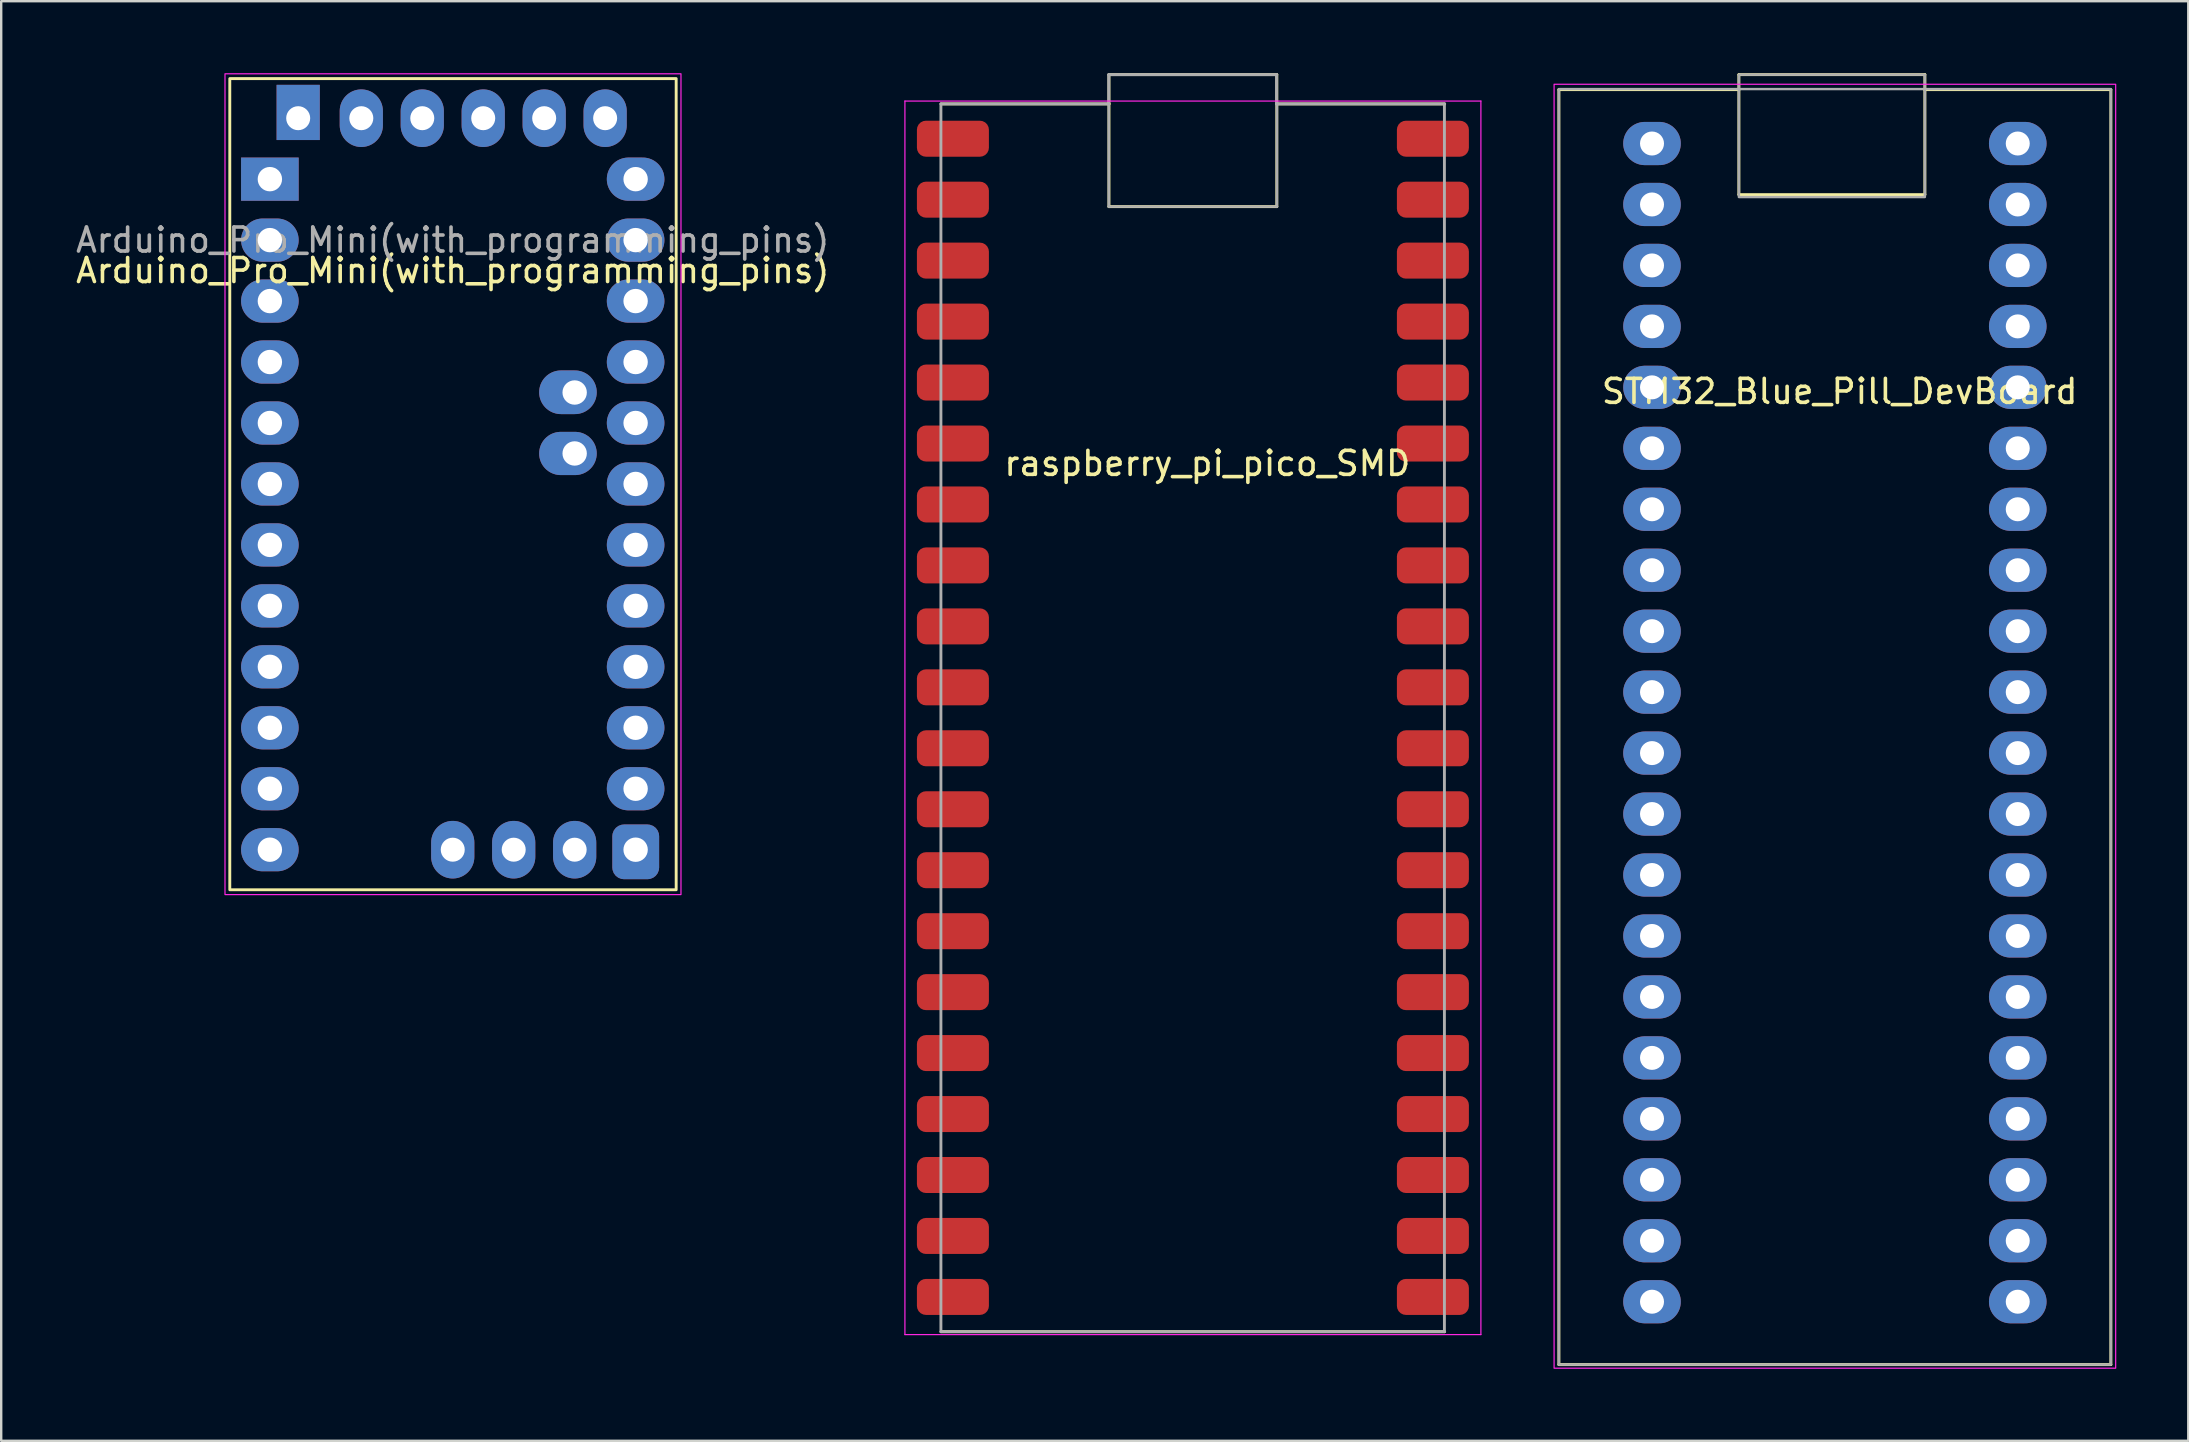
<source format=kicad_pcb>
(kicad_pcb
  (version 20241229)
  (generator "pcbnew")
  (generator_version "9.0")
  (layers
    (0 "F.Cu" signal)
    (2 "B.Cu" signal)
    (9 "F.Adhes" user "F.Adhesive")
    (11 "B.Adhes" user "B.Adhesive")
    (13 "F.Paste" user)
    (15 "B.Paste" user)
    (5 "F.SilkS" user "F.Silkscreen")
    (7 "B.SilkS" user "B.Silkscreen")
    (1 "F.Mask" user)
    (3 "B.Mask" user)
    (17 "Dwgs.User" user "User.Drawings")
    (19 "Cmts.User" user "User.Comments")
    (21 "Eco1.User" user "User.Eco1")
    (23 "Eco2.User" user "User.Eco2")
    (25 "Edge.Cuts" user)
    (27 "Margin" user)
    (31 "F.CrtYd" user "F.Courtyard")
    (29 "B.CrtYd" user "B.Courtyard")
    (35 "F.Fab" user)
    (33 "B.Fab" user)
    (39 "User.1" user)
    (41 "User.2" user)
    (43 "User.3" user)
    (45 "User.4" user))
  (footprint "raspberry_pi_pico_SMD"
    (layer "F.Cu")
    (at 46.656 26.86)
    (property "Reference" "raspberry_pi_pico_SMD" (at 0.6 -10.6 180) (layer "F.SilkS") (effects (font (size 1 1) (thickness 0.15))))
    (attr smd)
    (fp_line (start -10.49 25.58) (end 10.49 25.58) (stroke (width 0.12) (type solid)) (layer "F.SilkS"))
    (fp_line (start -3.497 -26.8) (end -3.497 -25.58) (stroke (width 0.12) (type solid)) (layer "F.SilkS"))
    (fp_line (start -3.497 -25.58) (end -10.49 -25.58) (stroke (width 0.12) (type solid)) (layer "F.SilkS"))
    (fp_line (start -3.497 -25.58) (end -3.497 -21.3) (stroke (width 0.12) (type solid)) (layer "F.SilkS"))
    (fp_line (start -3.497 -21.3) (end 3.497 -21.3) (stroke (width 0.12) (type solid)) (layer "F.SilkS"))
    (fp_line (start 3.497 -26.8) (end -3.497 -26.8) (stroke (width 0.12) (type solid)) (layer "F.SilkS"))
    (fp_line (start 3.497 -25.58) (end 3.497 -26.8) (stroke (width 0.12) (type solid)) (layer "F.SilkS"))
    (fp_line (start 3.497 -21.3) (end 3.497 -25.58) (stroke (width 0.12) (type solid)) (layer "F.SilkS"))
    (fp_line (start 10.49 -25.58) (end 3.497 -25.58) (stroke (width 0.12) (type solid)) (layer "F.SilkS"))
    (fp_line (start -12 -25.7) (end 12 -25.7) (stroke (width 0.05) (type solid)) (layer "F.CrtYd"))
    (fp_line (start -12 25.7) (end -12 -25.7) (stroke (width 0.05) (type solid)) (layer "F.CrtYd"))
    (fp_line (start 12 -25.7) (end 12 25.7) (stroke (width 0.05) (type solid)) (layer "F.CrtYd"))
    (fp_line (start 12 25.7) (end -12 25.7) (stroke (width 0.05) (type solid)) (layer "F.CrtYd"))
    (fp_line (start -10.5 25.58) (end 10.48 25.58) (stroke (width 0.12) (type solid)) (layer "F.Fab"))
    (fp_line (start -10.5 -25.58) (end -10.5 25.58) (stroke (width 0.12) (type solid)) (layer "F.Fab"))
    (fp_line (start -3.507 -26.8) (end -3.507 -25.58) (stroke (width 0.12) (type solid)) (layer "F.Fab"))
    (fp_line (start -3.507 -25.58) (end -10.5 -25.58) (stroke (width 0.12) (type solid)) (layer "F.Fab"))
    (fp_line (start -3.507 -25.58) (end -3.507 -21.3) (stroke (width 0.1) (type solid)) (layer "F.Fab"))
    (fp_line (start -3.507 -21.3) (end 3.5 -21.3) (stroke (width 0.1) (type solid)) (layer "F.Fab"))
    (fp_line (start 3.487 -26.8) (end -3.507 -26.8) (stroke (width 0.12) (type solid)) (layer "F.Fab"))
    (fp_line (start 3.487 -25.58) (end 3.487 -26.8) (stroke (width 0.12) (type solid)) (layer "F.Fab"))
    (fp_line (start 3.5 -21.3) (end 3.5 -25.58) (stroke (width 0.1) (type solid)) (layer "F.Fab"))
    (fp_line (start 10.48 25.58) (end 10.48 -25.58) (stroke (width 0.12) (type solid)) (layer "F.Fab"))
    (fp_line (start 10.48 -25.58) (end 3.487 -25.58) (stroke (width 0.12) (type solid)) (layer "F.Fab"))
    (pad "1" smd roundrect (at -10 -24.13 270) (size 1.5 3) (layers "F.Cu" "F.Mask" "F.Paste") (roundrect_rratio 0.25))
    (pad "2" smd roundrect (at -10 -21.59 270) (size 1.5 3) (layers "F.Cu" "F.Mask" "F.Paste") (roundrect_rratio 0.25))
    (pad "3" smd roundrect (at -10 -19.05 270) (size 1.5 3) (layers "F.Cu" "F.Mask" "F.Paste") (roundrect_rratio 0.25))
    (pad "4" smd roundrect (at -10 -16.51 270) (size 1.5 3) (layers "F.Cu" "F.Mask" "F.Paste") (roundrect_rratio 0.25))
    (pad "5" smd roundrect (at -10 -13.97 270) (size 1.5 3) (layers "F.Cu" "F.Mask" "F.Paste") (roundrect_rratio 0.25))
    (pad "6" smd roundrect (at -10 -11.43 270) (size 1.5 3) (layers "F.Cu" "F.Mask" "F.Paste") (roundrect_rratio 0.25))
    (pad "7" smd roundrect (at -10 -8.89 270) (size 1.5 3) (layers "F.Cu" "F.Mask" "F.Paste") (roundrect_rratio 0.25))
    (pad "8" smd roundrect (at -10 -6.35 270) (size 1.5 3) (layers "F.Cu" "F.Mask" "F.Paste") (roundrect_rratio 0.25))
    (pad "9" smd roundrect (at -10 -3.81 270) (size 1.5 3) (layers "F.Cu" "F.Mask" "F.Paste") (roundrect_rratio 0.25))
    (pad "10" smd roundrect (at -10 -1.27 270) (size 1.5 3) (layers "F.Cu" "F.Mask" "F.Paste") (roundrect_rratio 0.25))
    (pad "11" smd roundrect (at -10 1.27 270) (size 1.5 3) (layers "F.Cu" "F.Mask" "F.Paste") (roundrect_rratio 0.25))
    (pad "12" smd roundrect (at -10 3.81 270) (size 1.5 3) (layers "F.Cu" "F.Mask" "F.Paste") (roundrect_rratio 0.25))
    (pad "13" smd roundrect (at -10 6.35 270) (size 1.5 3) (layers "F.Cu" "F.Mask" "F.Paste") (roundrect_rratio 0.25))
    (pad "14" smd roundrect (at -10 8.89 270) (size 1.5 3) (layers "F.Cu" "F.Mask" "F.Paste") (roundrect_rratio 0.25))
    (pad "15" smd roundrect (at -10 11.43 270) (size 1.5 3) (layers "F.Cu" "F.Mask" "F.Paste") (roundrect_rratio 0.25))
    (pad "16" smd roundrect (at -10 13.97 270) (size 1.5 3) (layers "F.Cu" "F.Mask" "F.Paste") (roundrect_rratio 0.25))
    (pad "17" smd roundrect (at -10 16.51 270) (size 1.5 3) (layers "F.Cu" "F.Mask" "F.Paste") (roundrect_rratio 0.25))
    (pad "18" smd roundrect (at -10 19.05 270) (size 1.5 3) (layers "F.Cu" "F.Mask" "F.Paste") (roundrect_rratio 0.25))
    (pad "19" smd roundrect (at -10 21.59 270) (size 1.5 3) (layers "F.Cu" "F.Mask" "F.Paste") (roundrect_rratio 0.25))
    (pad "20" smd roundrect (at -10 24.13 270) (size 1.5 3) (layers "F.Cu" "F.Mask" "F.Paste") (roundrect_rratio 0.25))
    (pad "21" smd roundrect (at 10 24.13 270) (size 1.5 3) (layers "F.Cu" "F.Mask" "F.Paste") (roundrect_rratio 0.25))
    (pad "22" smd roundrect (at 10 21.59 270) (size 1.5 3) (layers "F.Cu" "F.Mask" "F.Paste") (roundrect_rratio 0.25))
    (pad "23" smd roundrect (at 10 19.05 270) (size 1.5 3) (layers "F.Cu" "F.Mask" "F.Paste") (roundrect_rratio 0.25))
    (pad "24" smd roundrect (at 10 16.51 270) (size 1.5 3) (layers "F.Cu" "F.Mask" "F.Paste") (roundrect_rratio 0.25))
    (pad "25" smd roundrect (at 10 13.97 270) (size 1.5 3) (layers "F.Cu" "F.Mask" "F.Paste") (roundrect_rratio 0.25))
    (pad "26" smd roundrect (at 10 11.43 270) (size 1.5 3) (layers "F.Cu" "F.Mask" "F.Paste") (roundrect_rratio 0.25))
    (pad "27" smd roundrect (at 10 8.89 270) (size 1.5 3) (layers "F.Cu" "F.Mask" "F.Paste") (roundrect_rratio 0.25))
    (pad "28" smd roundrect (at 10 6.35 270) (size 1.5 3) (layers "F.Cu" "F.Mask" "F.Paste") (roundrect_rratio 0.25))
    (pad "29" smd roundrect (at 10 3.81 270) (size 1.5 3) (layers "F.Cu" "F.Mask" "F.Paste") (roundrect_rratio 0.25))
    (pad "30" smd roundrect (at 10 1.27 270) (size 1.5 3) (layers "F.Cu" "F.Mask" "F.Paste") (roundrect_rratio 0.25))
    (pad "31" smd roundrect (at 10 -1.27 270) (size 1.5 3) (layers "F.Cu" "F.Mask" "F.Paste") (roundrect_rratio 0.25))
    (pad "32" smd roundrect (at 10 -3.81 270) (size 1.5 3) (layers "F.Cu" "F.Mask" "F.Paste") (roundrect_rratio 0.25))
    (pad "33" smd roundrect (at 10 -6.35 270) (size 1.5 3) (layers "F.Cu" "F.Mask" "F.Paste") (roundrect_rratio 0.25))
    (pad "34" smd roundrect (at 10 -8.89 270) (size 1.5 3) (layers "F.Cu" "F.Mask" "F.Paste") (roundrect_rratio 0.25))
    (pad "35" smd roundrect (at 10 -11.43 270) (size 1.5 3) (layers "F.Cu" "F.Mask" "F.Paste") (roundrect_rratio 0.25))
    (pad "36" smd roundrect (at 10 -13.97 270) (size 1.5 3) (layers "F.Cu" "F.Mask" "F.Paste") (roundrect_rratio 0.25))
    (pad "37" smd roundrect (at 10 -16.51 270) (size 1.5 3) (layers "F.Cu" "F.Mask" "F.Paste") (roundrect_rratio 0.25))
    (pad "38" smd roundrect (at 10 -19.05 270) (size 1.5 3) (layers "F.Cu" "F.Mask" "F.Paste") (roundrect_rratio 0.25))
    (pad "39" smd roundrect (at 10 -21.59 270) (size 1.5 3) (layers "F.Cu" "F.Mask" "F.Paste") (roundrect_rratio 0.25))
    (pad "40" smd roundrect (at 10 -24.13 270) (size 1.5 3) (layers "F.Cu" "F.Mask" "F.Paste") (roundrect_rratio 0.25)))
  (footprint "Arduino_Pro_Mini(with_programming_pins)"
    (layer "F.Cu")
    (at 8.195 4.415)
    (property "Reference" "Arduino_Pro_Mini(with_programming_pins)" (at 7.62 3.81 0) (unlocked yes) (layer "F.SilkS") (effects (font (size 1 1) (thickness 0.15))))
    (attr through_hole)
    (fp_rect (start -1.67 -4.19) (end 16.93 29.61) (stroke (width 0.12) (type solid)) (fill no) (layer "F.SilkS"))
    (fp_rect (start -1.27 -3.81) (end 16.51 29.21) (stroke (width 0.12) (type solid)) (fill no) (layer "F.Paste"))
    (fp_rect (start -1.87 -4.39) (end 17.13 29.81) (stroke (width 0.05) (type solid)) (fill no) (layer "F.CrtYd"))
    (fp_text user "${REFERENCE}" (at 7.62 2.54 0) (unlocked yes) (layer "F.Fab") (effects (font (size 1 1) (thickness 0.15))))
    (pad "1" thru_hole rect (at 0 0) (size 2.4 1.8) (drill 1.016) (layers "*.Cu" "*.Mask"))
    (pad "1" thru_hole oval (at 3.81 -2.54) (size 1.8 2.4) (drill 1) (layers "*.Cu" "*.Mask"))
    (pad "2" thru_hole oval (at 0 2.54) (size 2.4 1.8) (drill 1.016) (layers "*.Cu" "*.Mask"))
    (pad "2" thru_hole oval (at 6.35 -2.54) (size 1.8 2.4) (drill 1) (layers "*.Cu" "*.Mask"))
    (pad "3" thru_hole oval (at 0 5.08) (size 2.4 1.8) (drill 1.016) (layers "*.Cu" "*.Mask"))
    (pad "3" thru_hole oval (at 15.24 5.08) (size 2.4 1.8) (drill 1.016) (layers "*.Cu" "*.Mask"))
    (pad "4" thru_hole oval (at 0 7.62) (size 2.4 1.8) (drill 1.016) (layers "*.Cu" "*.Mask"))
    (pad "5" thru_hole oval (at 0 10.16) (size 2.4 1.8) (drill 1.016) (layers "*.Cu" "*.Mask"))
    (pad "6" thru_hole oval (at 0 12.7) (size 2.4 1.8) (drill 1.016) (layers "*.Cu" "*.Mask"))
    (pad "7" thru_hole oval (at 0 15.24) (size 2.4 1.8) (drill 1.016) (layers "*.Cu" "*.Mask"))
    (pad "8" thru_hole oval (at 0 17.78) (size 2.4 1.8) (drill 1.016) (layers "*.Cu" "*.Mask"))
    (pad "9" thru_hole oval (at 0 20.32) (size 2.4 1.8) (drill 1.016) (layers "*.Cu" "*.Mask"))
    (pad "10" thru_hole oval (at 0 22.86) (size 2.4 1.8) (drill 1.016) (layers "*.Cu" "*.Mask"))
    (pad "11" thru_hole oval (at 0 25.4) (size 2.4 1.8) (drill 1.016) (layers "*.Cu" "*.Mask"))
    (pad "12" thru_hole oval (at 0 27.94) (size 2.4 1.8) (drill 1.016) (layers "*.Cu" "*.Mask"))
    (pad "13" thru_hole oval (at 7.62 27.94) (size 1.8 2.4) (drill 1) (layers "*.Cu" "*.Mask"))
    (pad "14" thru_hole oval (at 10.16 27.94) (size 1.8 2.4) (drill 1) (layers "*.Cu" "*.Mask"))
    (pad "15" thru_hole oval (at 12.7 27.94) (size 1.8 2.4) (drill 1) (layers "*.Cu" "*.Mask"))
    (pad "16" thru_hole roundrect (at 15.24 27.94) (size 1.95 2.28) (drill 1.016 (offset 0.005 0.09)) (layers "*.Cu" "*.Mask") (roundrect_rratio 0.25))
    (pad "17" thru_hole oval (at 15.24 25.4) (size 2.4 1.8) (drill 1.016) (layers "*.Cu" "*.Mask"))
    (pad "18" thru_hole oval (at 15.24 22.86) (size 2.4 1.8) (drill 1.016) (layers "*.Cu" "*.Mask"))
    (pad "19" thru_hole oval (at 15.24 20.32) (size 2.4 1.8) (drill 1.016) (layers "*.Cu" "*.Mask"))
    (pad "20" thru_hole oval (at 15.24 17.78) (size 2.4 1.8) (drill 1.016) (layers "*.Cu" "*.Mask"))
    (pad "21" thru_hole oval (at 15.24 15.24) (size 2.4 1.8) (drill 1.016) (layers "*.Cu" "*.Mask"))
    (pad "22" thru_hole oval (at 15.24 12.7) (size 2.4 1.8) (drill 1.016) (layers "*.Cu" "*.Mask"))
    (pad "23" thru_hole oval (at 15.24 10.16) (size 2.4 1.8) (drill 1.016) (layers "*.Cu" "*.Mask"))
    (pad "24" thru_hole oval (at 15.24 7.62) (size 2.4 1.8) (drill 1.016) (layers "*.Cu" "*.Mask"))
    (pad "26" thru_hole oval (at 15.24 2.54) (size 2.4 1.8) (drill 1.016) (layers "*.Cu" "*.Mask"))
    (pad "27" thru_hole oval (at 15.24 0) (size 2.4 1.8) (drill 1.016) (layers "*.Cu" "*.Mask"))
    (pad "28" thru_hole oval (at 13.97 -2.54) (size 1.8 2.4) (drill 1) (layers "*.Cu" "*.Mask"))
    (pad "29" thru_hole oval (at 11.43 -2.54) (size 1.8 2.4) (drill 1) (layers "*.Cu" "*.Mask"))
    (pad "30" thru_hole oval (at 8.89 -2.54) (size 1.8 2.4) (drill 1) (layers "*.Cu" "*.Mask"))
    (pad "31" thru_hole rect (at 1.18 -2.54) (size 1.8 2.3) (drill 1 (offset 0 -0.24)) (layers "*.Cu" "*.Mask"))
    (pad "32" thru_hole oval (at 12.7 8.89) (size 2.4 1.82) (drill 1.016 (offset -0.28 -0.01)) (layers "*.Cu" "*.Mask"))
    (pad "33" thru_hole oval (at 12.7 11.43) (size 2.4 1.8) (drill 1.016 (offset -0.28 0)) (layers "*.Cu" "*.Mask")))
  (footprint "STM32_Blue_Pill_DevBoard"
    (layer "F.Cu")
    (at 74.406 26.06)
    (property "Reference" "STM32_Blue_Pill_DevBoard" (at -0.8 -12.8 0) (layer "F.SilkS") (effects (font (size 1 1) (thickness 0.15))))
    (fp_line (start -12.5 -25.375) (end -12.5 27.75) (stroke (width 0.12) (type solid)) (layer "F.SilkS"))
    (fp_line (start -12.5 27.75) (end 10.5 27.75) (stroke (width 0.12) (type solid)) (layer "F.SilkS"))
    (fp_line (start -5 -26) (end -5 -25.375) (stroke (width 0.12) (type solid)) (layer "F.SilkS"))
    (fp_line (start -5 -25.375) (end -12.5 -25.375) (stroke (width 0.12) (type solid)) (layer "F.SilkS"))
    (fp_line (start -5 -25.375) (end -5 -21) (stroke (width 0.12) (type solid)) (layer "F.SilkS"))
    (fp_line (start -5 -21) (end 2.75 -21) (stroke (width 0.12) (type solid)) (layer "F.SilkS"))
    (fp_line (start 2.75 -26) (end -5 -26) (stroke (width 0.12) (type solid)) (layer "F.SilkS"))
    (fp_line (start 2.75 -25.375) (end 2.75 -26) (stroke (width 0.12) (type solid)) (layer "F.SilkS"))
    (fp_line (start 2.75 -21) (end 2.75 -25.375) (stroke (width 0.12) (type solid)) (layer "F.SilkS"))
    (fp_line (start 10.5 -25.375) (end 2.75 -25.375) (stroke (width 0.12) (type solid)) (layer "F.SilkS"))
    (fp_line (start 10.5 27.75) (end 10.5 -25.375) (stroke (width 0.12) (type solid)) (layer "F.SilkS"))
    (fp_rect (start -12.7 -25.6) (end 10.7 27.9) (stroke (width 0.05) (type solid)) (fill no) (layer "F.CrtYd"))
    (fp_rect (start -12.5 -25.4) (end 10.5 27.75) (stroke (width 0.1) (type solid)) (fill no) (layer "F.Fab"))
    (fp_rect (start -5 -26) (end 2.75 -20.9) (stroke (width 0.1) (type solid)) (fill no) (layer "F.Fab"))
    (pad "1" thru_hole oval (at -8.62 -23.13 270) (size 1.8 2.4) (drill 1) (layers "*.Cu" "*.Mask"))
    (pad "2" thru_hole oval (at -8.62 -20.59 270) (size 1.8 2.4) (drill 1) (layers "*.Cu" "*.Mask"))
    (pad "3" thru_hole oval (at -8.62 -18.05 270) (size 1.8 2.4) (drill 1) (layers "*.Cu" "*.Mask"))
    (pad "4" thru_hole oval (at -8.62 -15.51 270) (size 1.8 2.4) (drill 1) (layers "*.Cu" "*.Mask"))
    (pad "5" thru_hole oval (at -8.62 -12.97 270) (size 1.8 2.4) (drill 1) (layers "*.Cu" "*.Mask"))
    (pad "6" thru_hole oval (at -8.62 -10.43 270) (size 1.8 2.4) (drill 1) (layers "*.Cu" "*.Mask"))
    (pad "7" thru_hole oval (at -8.62 -7.89 270) (size 1.8 2.4) (drill 1) (layers "*.Cu" "*.Mask"))
    (pad "8" thru_hole oval (at -8.62 -5.35 270) (size 1.8 2.4) (drill 1) (layers "*.Cu" "*.Mask"))
    (pad "9" thru_hole oval (at -8.62 -2.81 270) (size 1.8 2.4) (drill 1) (layers "*.Cu" "*.Mask"))
    (pad "10" thru_hole oval (at -8.62 -0.27 270) (size 1.8 2.4) (drill 1) (layers "*.Cu" "*.Mask"))
    (pad "11" thru_hole oval (at -8.62 2.27 270) (size 1.8 2.4) (drill 1) (layers "*.Cu" "*.Mask"))
    (pad "12" thru_hole oval (at -8.62 4.81 270) (size 1.8 2.4) (drill 1) (layers "*.Cu" "*.Mask"))
    (pad "13" thru_hole oval (at -8.62 7.35 270) (size 1.8 2.4) (drill 1) (layers "*.Cu" "*.Mask"))
    (pad "14" thru_hole oval (at -8.62 9.89 270) (size 1.8 2.4) (drill 1) (layers "*.Cu" "*.Mask"))
    (pad "15" thru_hole oval (at -8.62 12.43 270) (size 1.8 2.4) (drill 1) (layers "*.Cu" "*.Mask"))
    (pad "16" thru_hole oval (at -8.62 14.97 270) (size 1.8 2.4) (drill 1) (layers "*.Cu" "*.Mask"))
    (pad "17" thru_hole oval (at -8.62 17.51 270) (size 1.8 2.4) (drill 1) (layers "*.Cu" "*.Mask"))
    (pad "18" thru_hole oval (at -8.62 20.05 270) (size 1.8 2.4) (drill 1) (layers "*.Cu" "*.Mask"))
    (pad "19" thru_hole oval (at -8.62 22.59 270) (size 1.8 2.4) (drill 1) (layers "*.Cu" "*.Mask"))
    (pad "20" thru_hole oval (at -8.62 25.13 270) (size 1.8 2.4) (drill 1) (layers "*.Cu" "*.Mask"))
    (pad "21" thru_hole oval (at 6.62 25.13 270) (size 1.8 2.4) (drill 1) (layers "*.Cu" "*.Mask"))
    (pad "22" thru_hole oval (at 6.62 22.59 270) (size 1.8 2.4) (drill 1) (layers "*.Cu" "*.Mask"))
    (pad "23" thru_hole oval (at 6.62 20.05 270) (size 1.8 2.4) (drill 1) (layers "*.Cu" "*.Mask"))
    (pad "24" thru_hole oval (at 6.62 17.51 270) (size 1.8 2.4) (drill 1) (layers "*.Cu" "*.Mask"))
    (pad "25" thru_hole oval (at 6.62 14.97 270) (size 1.8 2.4) (drill 1) (layers "*.Cu" "*.Mask"))
    (pad "26" thru_hole oval (at 6.62 12.43 270) (size 1.8 2.4) (drill 1) (layers "*.Cu" "*.Mask"))
    (pad "27" thru_hole oval (at 6.62 9.89 270) (size 1.8 2.4) (drill 1) (layers "*.Cu" "*.Mask"))
    (pad "28" thru_hole oval (at 6.62 7.35 270) (size 1.8 2.4) (drill 1) (layers "*.Cu" "*.Mask"))
    (pad "29" thru_hole oval (at 6.62 4.81 270) (size 1.8 2.4) (drill 1) (layers "*.Cu" "*.Mask"))
    (pad "30" thru_hole oval (at 6.62 2.27 270) (size 1.8 2.4) (drill 1) (layers "*.Cu" "*.Mask"))
    (pad "31" thru_hole oval (at 6.62 -0.27 270) (size 1.8 2.4) (drill 1) (layers "*.Cu" "*.Mask"))
    (pad "32" thru_hole oval (at 6.62 -2.81 270) (size 1.8 2.4) (drill 1) (layers "*.Cu" "*.Mask"))
    (pad "33" thru_hole oval (at 6.62 -5.35 270) (size 1.8 2.4) (drill 1) (layers "*.Cu" "*.Mask"))
    (pad "34" thru_hole oval (at 6.62 -7.89 270) (size 1.8 2.4) (drill 1) (layers "*.Cu" "*.Mask"))
    (pad "35" thru_hole oval (at 6.62 -10.43 270) (size 1.8 2.4) (drill 1) (layers "*.Cu" "*.Mask"))
    (pad "36" thru_hole oval (at 6.62 -12.97 270) (size 1.8 2.4) (drill 1) (layers "*.Cu" "*.Mask"))
    (pad "37" thru_hole oval (at 6.62 -15.51 270) (size 1.8 2.4) (drill 1) (layers "*.Cu" "*.Mask"))
    (pad "38" thru_hole oval (at 6.62 -18.05 270) (size 1.8 2.4) (drill 1) (layers "*.Cu" "*.Mask"))
    (pad "39" thru_hole oval (at 6.62 -20.59 270) (size 1.8 2.4) (drill 1) (layers "*.Cu" "*.Mask"))
    (pad "40" thru_hole oval (at 6.62 -23.13 270) (size 1.8 2.4) (drill 1) (layers "*.Cu" "*.Mask")))
  (gr_rect
    (start -3 -3)
    (end 88.131 56.985)
    (stroke (width 0.1) (type default))
    (fill no)
    (layer "Edge.Cuts")))
</source>
